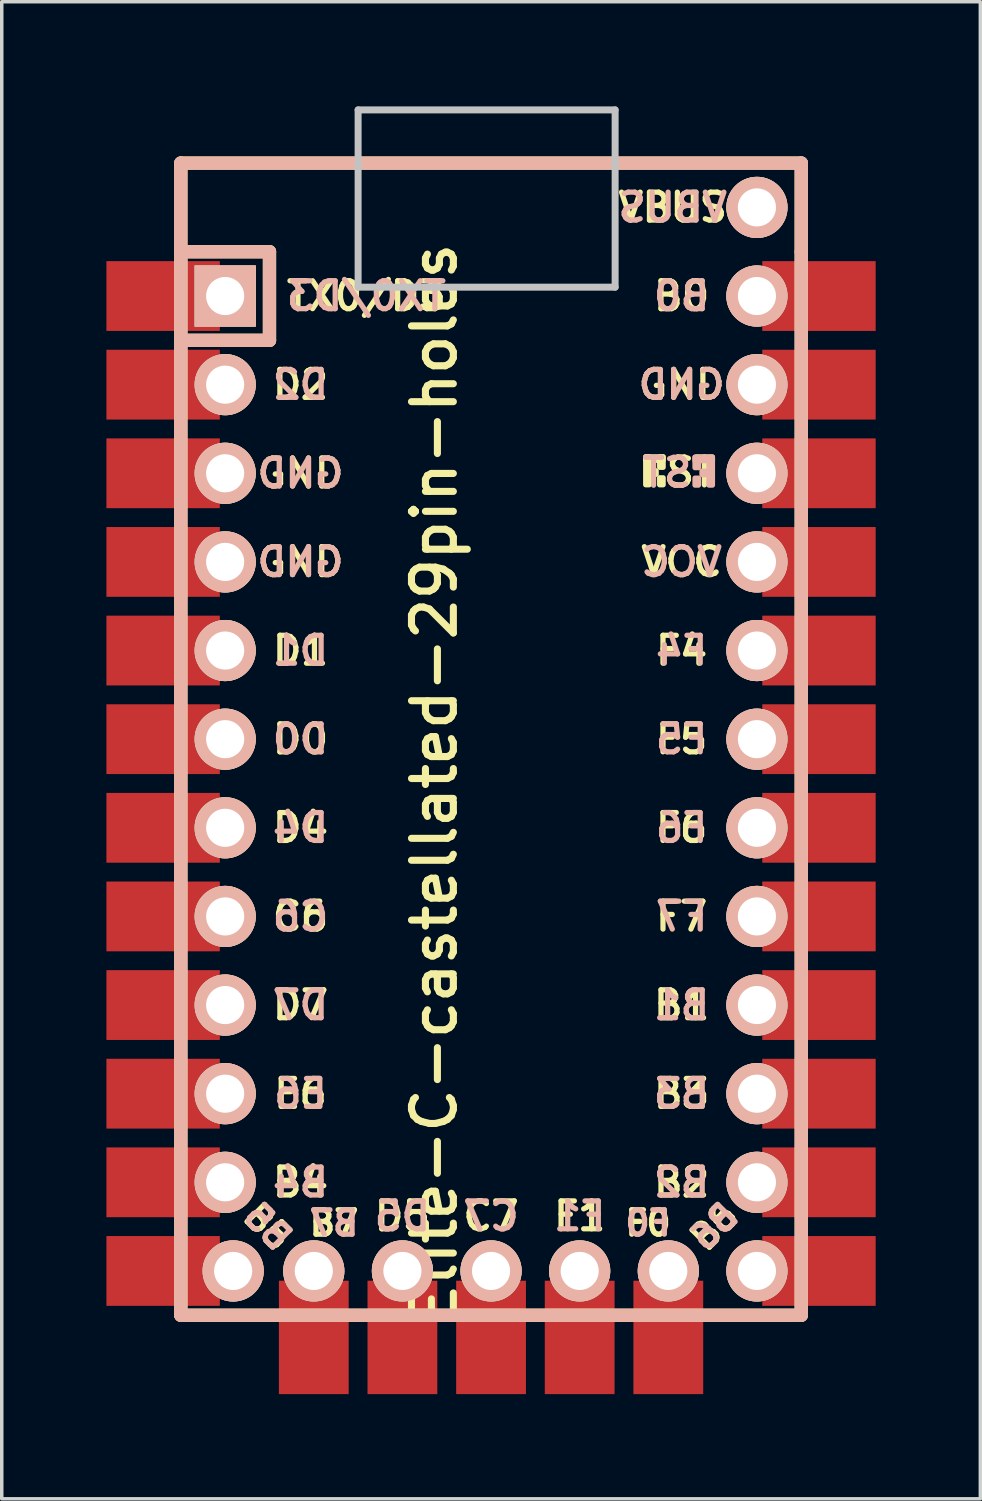
<source format=kicad_pcb>
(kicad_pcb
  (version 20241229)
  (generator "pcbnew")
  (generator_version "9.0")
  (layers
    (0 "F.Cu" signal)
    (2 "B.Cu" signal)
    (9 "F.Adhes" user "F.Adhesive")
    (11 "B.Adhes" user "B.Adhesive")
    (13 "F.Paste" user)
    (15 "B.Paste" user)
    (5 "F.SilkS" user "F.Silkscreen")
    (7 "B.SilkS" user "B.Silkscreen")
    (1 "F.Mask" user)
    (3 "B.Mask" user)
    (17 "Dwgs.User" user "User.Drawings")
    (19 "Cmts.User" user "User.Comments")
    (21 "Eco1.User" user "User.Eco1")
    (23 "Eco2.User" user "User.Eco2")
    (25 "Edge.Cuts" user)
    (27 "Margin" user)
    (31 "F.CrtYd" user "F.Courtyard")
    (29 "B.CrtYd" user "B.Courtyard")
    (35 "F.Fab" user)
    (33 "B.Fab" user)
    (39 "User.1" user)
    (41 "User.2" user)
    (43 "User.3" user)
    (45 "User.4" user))
  (footprint "Elite-C-castellated-29pin-holes"
    (layer "F.Cu")
    (at 11.023 19.404)
    (property "Reference" "Elite-C-castellated-29pin-holes" (at -1.625 0 270) (layer "F.SilkS") (effects (font (size 1.2 1.2) (thickness 0.203))))
    (attr through_hole)
    (fp_line (start -8.89 -17.78) (end -8.89 -15.24) (stroke (width 0.381) (type solid)) (layer "F.SilkS"))
    (fp_line (start -8.89 -15.24) (end -8.89 15.24) (stroke (width 0.381) (type solid)) (layer "F.SilkS"))
    (fp_line (start -8.89 15.24) (end 8.89 15.24) (stroke (width 0.381) (type solid)) (layer "F.SilkS"))
    (fp_line (start -6.35 -15.24) (end -8.89 -15.24) (stroke (width 0.381) (type solid)) (layer "F.SilkS"))
    (fp_line (start -6.35 -15.24) (end -6.35 -12.7) (stroke (width 0.381) (type solid)) (layer "F.SilkS"))
    (fp_line (start -6.35 -12.7) (end -8.89 -12.7) (stroke (width 0.381) (type solid)) (layer "F.SilkS"))
    (fp_line (start 8.89 -17.78) (end -8.89 -17.78) (stroke (width 0.381) (type solid)) (layer "F.SilkS"))
    (fp_line (start 8.89 -15.24) (end 8.89 -17.78) (stroke (width 0.381) (type solid)) (layer "F.SilkS"))
    (fp_line (start 8.89 15.24) (end 8.89 -15.24) (stroke (width 0.381) (type solid)) (layer "F.SilkS"))
    (fp_poly (pts (xy 4.532 -9.361) (xy 4.532 -8.561) (xy 4.432 -8.561) (xy 4.432 -9.361)) (stroke (width 0.15) (type solid)) (fill yes) (layer "F.SilkS"))
    (fp_poly (pts (xy 4.732 -8.961) (xy 4.732 -8.861) (xy 4.632 -8.861) (xy 4.632 -8.961)) (stroke (width 0.15) (type solid)) (fill yes) (layer "F.SilkS"))
    (fp_poly (pts (xy 4.932 -9.361) (xy 4.932 -9.261) (xy 4.432 -9.261) (xy 4.432 -9.361)) (stroke (width 0.15) (type solid)) (fill yes) (layer "F.SilkS"))
    (fp_poly (pts (xy 4.932 -9.361) (xy 4.932 -9.061) (xy 4.832 -9.061) (xy 4.832 -9.361)) (stroke (width 0.15) (type solid)) (fill yes) (layer "F.SilkS"))
    (fp_poly (pts (xy 4.932 -8.761) (xy 4.932 -8.561) (xy 4.832 -8.561) (xy 4.832 -8.761)) (stroke (width 0.15) (type solid)) (fill yes) (layer "F.SilkS"))
    (fp_line (start -8.89 -17.78) (end -8.89 15.24) (stroke (width 0.381) (type solid)) (layer "B.SilkS"))
    (fp_line (start -8.89 15.24) (end 8.89 15.24) (stroke (width 0.381) (type solid)) (layer "B.SilkS"))
    (fp_line (start -6.35 -15.24) (end -8.89 -15.24) (stroke (width 0.381) (type solid)) (layer "B.SilkS"))
    (fp_line (start -6.35 -15.24) (end -6.35 -12.7) (stroke (width 0.381) (type solid)) (layer "B.SilkS"))
    (fp_line (start -6.35 -12.7) (end -8.89 -12.7) (stroke (width 0.381) (type solid)) (layer "B.SilkS"))
    (fp_line (start 8.89 -17.78) (end -8.89 -17.78) (stroke (width 0.381) (type solid)) (layer "B.SilkS"))
    (fp_line (start 8.89 15.24) (end 8.89 -17.78) (stroke (width 0.381) (type solid)) (layer "B.SilkS"))
    (fp_poly (pts (xy 5.845 -9.351) (xy 5.845 -9.251) (xy 6.345 -9.251) (xy 6.345 -9.351)) (stroke (width 0.15) (type solid)) (fill yes) (layer "B.SilkS"))
    (fp_poly (pts (xy 5.845 -9.351) (xy 5.845 -9.051) (xy 5.945 -9.051) (xy 5.945 -9.351)) (stroke (width 0.15) (type solid)) (fill yes) (layer "B.SilkS"))
    (fp_poly (pts (xy 5.845 -8.751) (xy 5.845 -8.551) (xy 5.945 -8.551) (xy 5.945 -8.751)) (stroke (width 0.15) (type solid)) (fill yes) (layer "B.SilkS"))
    (fp_poly (pts (xy 6.045 -8.951) (xy 6.045 -8.851) (xy 6.145 -8.851) (xy 6.145 -8.951)) (stroke (width 0.15) (type solid)) (fill yes) (layer "B.SilkS"))
    (fp_poly (pts (xy 6.245 -9.351) (xy 6.245 -8.551) (xy 6.345 -8.551) (xy 6.345 -9.351)) (stroke (width 0.15) (type solid)) (fill yes) (layer "B.SilkS"))
    (fp_line (start -3.81 -19.304) (end 3.556 -19.304) (stroke (width 0.2) (type solid)) (layer "Dwgs.User"))
    (fp_line (start -3.81 -14.224) (end -3.81 -19.304) (stroke (width 0.2) (type solid)) (layer "Dwgs.User"))
    (fp_line (start 3.556 -19.304) (end 3.556 -14.224) (stroke (width 0.2) (type solid)) (layer "Dwgs.User"))
    (fp_line (start 3.556 -14.224) (end -3.81 -14.224) (stroke (width 0.2) (type solid)) (layer "Dwgs.User"))
    (fp_text user "VBUS" (at 5.207 -16.51 0) (layer "F.SilkS") (effects (font (size 0.8 0.8) (thickness 0.15))))
    (fp_text user "D1" (at -5.461 -3.81 0) (layer "F.SilkS") (effects (font (size 0.8 0.8) (thickness 0.15))))
    (fp_text user "TX0/D3" (at -3.572 -13.97 0) (layer "F.SilkS") (effects (font (size 0.8 0.8) (thickness 0.15))))
    (fp_text user "GND" (at -5.461 -8.89 0) (layer "F.SilkS") (effects (font (size 0.8 0.8) (thickness 0.15))))
    (fp_text user "C6" (at -5.461 3.81 0) (layer "F.SilkS") (effects (font (size 0.8 0.8) (thickness 0.15))))
    (fp_text user "F7" (at 5.461 3.81 0) (layer "F.SilkS") (effects (font (size 0.8 0.8) (thickness 0.15))))
    (fp_text user "B3" (at 5.461 8.89 0) (layer "F.SilkS") (effects (font (size 0.8 0.8) (thickness 0.15))))
    (fp_text user "D7" (at -5.461 6.35 0) (layer "F.SilkS") (effects (font (size 0.8 0.8) (thickness 0.15))))
    (fp_text user "B2" (at 5.461 11.43 0) (layer "F.SilkS") (effects (font (size 0.8 0.8) (thickness 0.15))))
    (fp_text user "C7" (at 0 12.4 0) (layer "F.SilkS") (effects (font (size 0.8 0.8) (thickness 0.15))))
    (fp_text user "B7" (at -4.5 12.6 0) (layer "F.SilkS") (effects (font (size 0.7 0.7) (thickness 0.15))))
    (fp_text user "B0" (at 5.461 -13.97 0) (layer "F.SilkS") (effects (font (size 0.8 0.8) (thickness 0.15))))
    (fp_text user "B1" (at 5.461 6.35 0) (layer "F.SilkS") (effects (font (size 0.8 0.8) (thickness 0.15))))
    (fp_text user "F0" (at 4.5 12.6 0) (layer "F.SilkS") (effects (font (size 0.7 0.7) (thickness 0.15))))
    (fp_text user "D4" (at -5.461 1.27 0) (layer "F.SilkS") (effects (font (size 0.8 0.8) (thickness 0.15))))
    (fp_text user "F5" (at 5.461 -1.27 0) (layer "F.SilkS") (effects (font (size 0.8 0.8) (thickness 0.15))))
    (fp_text user "VCC" (at 5.461 -6.35 0) (layer "F.SilkS") (effects (font (size 0.8 0.8) (thickness 0.15))))
    (fp_text user "B5" (at -6.4 12.7 315) (layer "F.SilkS") (effects (font (size 0.7 0.7) (thickness 0.15))))
    (fp_text user "GND" (at -5.461 -6.35 0) (layer "F.SilkS") (effects (font (size 0.8 0.8) (thickness 0.15))))
    (fp_text user "B6" (at 6.4 12.7 45) (unlocked yes) (layer "F.SilkS") (effects (font (size 0.7 0.7) (thickness 0.15))))
    (fp_text user "F4" (at 5.461 -3.81 0) (layer "F.SilkS") (effects (font (size 0.8 0.8) (thickness 0.15))))
    (fp_text user "E6" (at -5.461 8.89 0) (layer "F.SilkS") (effects (font (size 0.8 0.8) (thickness 0.15))))
    (fp_text user "D2" (at -5.461 -11.43 0) (layer "F.SilkS") (effects (font (size 0.8 0.8) (thickness 0.15))))
    (fp_text user "GND" (at 5.461 -11.43 0) (layer "F.SilkS") (effects (font (size 0.8 0.8) (thickness 0.15))))
    (fp_text user "D5" (at -2.54 12.4 0) (layer "F.SilkS") (effects (font (size 0.8 0.8) (thickness 0.15))))
    (fp_text user "D0" (at -5.461 -1.27 0) (layer "F.SilkS") (effects (font (size 0.8 0.8) (thickness 0.15))))
    (fp_text user "F6" (at 5.461 1.27 0) (layer "F.SilkS") (effects (font (size 0.8 0.8) (thickness 0.15))))
    (fp_text user "B4" (at -5.461 11.43 0) (layer "F.SilkS") (effects (font (size 0.8 0.8) (thickness 0.15))))
    (fp_text user "ST" (at 5.733 -8.92 0) (layer "F.SilkS") (effects (font (size 0.8 0.8) (thickness 0.15))))
    (fp_text user "F1" (at 2.54 12.4 0) (layer "F.SilkS") (effects (font (size 0.8 0.8) (thickness 0.15))))
    (fp_text user "F6" (at 5.461 1.27 0) (layer "B.SilkS") (effects (font (size 0.8 0.8) (thickness 0.15)) (justify mirror)))
    (fp_text user "D4" (at -5.461 1.27 0) (layer "B.SilkS") (effects (font (size 0.8 0.8) (thickness 0.15)) (justify mirror)))
    (fp_text user "B2" (at 5.461 11.43 0) (layer "B.SilkS") (effects (font (size 0.8 0.8) (thickness 0.15)) (justify mirror)))
    (fp_text user "E6" (at -5.461 8.89 0) (layer "B.SilkS") (effects (font (size 0.8 0.8) (thickness 0.15)) (justify mirror)))
    (fp_text user "GND" (at 5.461 -11.43 0) (layer "B.SilkS") (effects (font (size 0.8 0.8) (thickness 0.15)) (justify mirror)))
    (fp_text user "D5" (at -2.54 12.4 0) (layer "B.SilkS") (effects (font (size 0.8 0.8) (thickness 0.15)) (justify mirror)))
    (fp_text user "GND" (at -5.461 -8.89 0) (layer "B.SilkS") (effects (font (size 0.8 0.8) (thickness 0.15)) (justify mirror)))
    (fp_text user "ST" (at 5.04 -8.91 0) (layer "B.SilkS") (effects (font (size 0.8 0.8) (thickness 0.15)) (justify mirror)))
    (fp_text user "F7" (at 5.461 3.81 0) (layer "B.SilkS") (effects (font (size 0.8 0.8) (thickness 0.15)) (justify mirror)))
    (fp_text user "C7" (at 0 12.4 0) (layer "B.SilkS") (effects (font (size 0.8 0.8) (thickness 0.15)) (justify mirror)))
    (fp_text user "B3" (at 5.461 8.89 0) (layer "B.SilkS") (effects (font (size 0.8 0.8) (thickness 0.15)) (justify mirror)))
    (fp_text user "B1" (at 5.461 6.35 0) (layer "B.SilkS") (effects (font (size 0.8 0.8) (thickness 0.15)) (justify mirror)))
    (fp_text user "B6" (at 6.4 12.7 45) (unlocked yes) (layer "B.SilkS") (effects (font (size 0.7 0.7) (thickness 0.15)) (justify mirror)))
    (fp_text user "F1" (at 2.54 12.4 0) (layer "B.SilkS") (effects (font (size 0.8 0.8) (thickness 0.15)) (justify mirror)))
    (fp_text user "B0" (at 5.461 -13.97 0) (layer "B.SilkS") (effects (font (size 0.8 0.8) (thickness 0.15)) (justify mirror)))
    (fp_text user "D2" (at -5.461 -11.43 0) (layer "B.SilkS") (effects (font (size 0.8 0.8) (thickness 0.15)) (justify mirror)))
    (fp_text user "F0" (at 4.5 12.6 0) (layer "B.SilkS") (effects (font (size 0.7 0.7) (thickness 0.15)) (justify mirror)))
    (fp_text user "VCC" (at 5.461 -6.35 0) (layer "B.SilkS") (effects (font (size 0.8 0.8) (thickness 0.15)) (justify mirror)))
    (fp_text user "D7" (at -5.461 6.35 0) (layer "B.SilkS") (effects (font (size 0.8 0.8) (thickness 0.15)) (justify mirror)))
    (fp_text user "GND" (at -5.461 -6.35 0) (layer "B.SilkS") (effects (font (size 0.8 0.8) (thickness 0.15)) (justify mirror)))
    (fp_text user "F5" (at 5.461 -1.27 0) (layer "B.SilkS") (effects (font (size 0.8 0.8) (thickness 0.15)) (justify mirror)))
    (fp_text user "B7" (at -4.5 12.6 0) (layer "B.SilkS") (effects (font (size 0.7 0.7) (thickness 0.15)) (justify mirror)))
    (fp_text user "TX0/D3" (at -3.572 -13.97 0) (layer "B.SilkS") (effects (font (size 0.8 0.8) (thickness 0.15)) (justify mirror)))
    (fp_text user "VBUS" (at 5.207 -16.51 0) (layer "B.SilkS") (effects (font (size 0.8 0.8) (thickness 0.15)) (justify mirror)))
    (fp_text user "B4" (at -5.461 11.43 0) (layer "B.SilkS") (effects (font (size 0.8 0.8) (thickness 0.15)) (justify mirror)))
    (fp_text user "F4" (at 5.461 -3.81 0) (layer "B.SilkS") (effects (font (size 0.8 0.8) (thickness 0.15)) (justify mirror)))
    (fp_text user "D0" (at -5.461 -1.27 0) (layer "B.SilkS") (effects (font (size 0.8 0.8) (thickness 0.15)) (justify mirror)))
    (fp_text user "B5" (at -6.4 12.7 315) (layer "B.SilkS") (effects (font (size 0.7 0.7) (thickness 0.15)) (justify mirror)))
    (fp_text user "C6" (at -5.461 3.81 0) (layer "B.SilkS") (effects (font (size 0.8 0.8) (thickness 0.15)) (justify mirror)))
    (fp_text user "D1" (at -5.461 -3.81 0) (layer "B.SilkS") (effects (font (size 0.8 0.8) (thickness 0.15)) (justify mirror)))
    (pad "1" smd rect (at -9.398 -13.97 270) (size 2 3.25) (layers "F.Cu" "F.Mask" "F.Paste"))
    (pad "1" thru_hole rect (at -7.62 -13.97 270) (size 1.753 1.753) (drill 1.092) (layers "*.Cu" "*.SilkS" "*.Mask"))
    (pad "2" smd rect (at -9.398 -11.43 270) (size 2 3.25) (layers "F.Cu" "F.Mask" "F.Paste"))
    (pad "2" thru_hole circle (at -7.62 -11.43 270) (size 1.753 1.753) (drill 1.092) (layers "*.Cu" "*.SilkS" "*.Mask"))
    (pad "3" smd rect (at -9.398 -8.89 270) (size 2 3.25) (layers "F.Cu" "F.Mask" "F.Paste"))
    (pad "3" thru_hole circle (at -7.62 -8.89 270) (size 1.753 1.753) (drill 1.092) (layers "*.Cu" "*.SilkS" "*.Mask"))
    (pad "4" smd rect (at -9.398 -6.35 270) (size 2 3.25) (layers "F.Cu" "F.Mask" "F.Paste"))
    (pad "4" thru_hole circle (at -7.62 -6.35 270) (size 1.753 1.753) (drill 1.092) (layers "*.Cu" "*.SilkS" "*.Mask"))
    (pad "5" smd rect (at -9.398 -3.81 270) (size 2 3.25) (layers "F.Cu" "F.Mask" "F.Paste"))
    (pad "5" thru_hole circle (at -7.62 -3.81 270) (size 1.753 1.753) (drill 1.092) (layers "*.Cu" "*.SilkS" "*.Mask"))
    (pad "6" smd rect (at -9.398 -1.27 270) (size 2 3.25) (layers "F.Cu" "F.Mask" "F.Paste"))
    (pad "6" thru_hole circle (at -7.62 -1.27 270) (size 1.753 1.753) (drill 1.092) (layers "*.Cu" "*.SilkS" "*.Mask"))
    (pad "7" smd rect (at -9.398 1.27 270) (size 2 3.25) (layers "F.Cu" "F.Mask" "F.Paste"))
    (pad "7" thru_hole circle (at -7.62 1.27 270) (size 1.753 1.753) (drill 1.092) (layers "*.Cu" "*.SilkS" "*.Mask"))
    (pad "8" smd rect (at -9.398 3.81 270) (size 2 3.25) (layers "F.Cu" "F.Mask" "F.Paste"))
    (pad "8" thru_hole circle (at -7.62 3.81 270) (size 1.753 1.753) (drill 1.092) (layers "*.Cu" "*.SilkS" "*.Mask"))
    (pad "9" smd rect (at -9.398 6.35 270) (size 2 3.25) (layers "F.Cu" "F.Mask" "F.Paste"))
    (pad "9" thru_hole circle (at -7.62 6.35 270) (size 1.753 1.753) (drill 1.092) (layers "*.Cu" "*.SilkS" "*.Mask"))
    (pad "10" smd rect (at -9.398 8.89 270) (size 2 3.25) (layers "F.Cu" "F.Mask" "F.Paste"))
    (pad "10" thru_hole circle (at -7.62 8.89 270) (size 1.753 1.753) (drill 1.092) (layers "*.Cu" "*.SilkS" "*.Mask"))
    (pad "11" smd rect (at -9.398 11.43 270) (size 2 3.25) (layers "F.Cu" "F.Mask" "F.Paste"))
    (pad "11" thru_hole circle (at -7.62 11.43 270) (size 1.753 1.753) (drill 1.092) (layers "*.Cu" "*.SilkS" "*.Mask"))
    (pad "12" smd rect (at -9.398 13.97 270) (size 2 3.25) (layers "F.Cu" "F.Mask" "F.Paste"))
    (pad "12" thru_hole circle (at -7.391 13.97 270) (size 1.753 1.753) (drill 1.092) (layers "*.Cu" "*.SilkS" "*.Mask"))
    (pad "13" thru_hole circle (at 7.62 13.97 270) (size 1.753 1.753) (drill 1.092) (layers "*.Cu" "*.SilkS" "*.Mask"))
    (pad "13" smd rect (at 9.398 13.97 270) (size 2 3.25) (layers "F.Cu" "F.Mask" "F.Paste"))
    (pad "14" thru_hole circle (at 7.62 11.43 270) (size 1.753 1.753) (drill 1.092) (layers "*.Cu" "*.SilkS" "*.Mask"))
    (pad "14" smd rect (at 9.398 11.43 270) (size 2 3.25) (layers "F.Cu" "F.Mask" "F.Paste"))
    (pad "15" thru_hole circle (at 7.62 8.89 270) (size 1.753 1.753) (drill 1.092) (layers "*.Cu" "*.SilkS" "*.Mask"))
    (pad "15" smd rect (at 9.398 8.89 270) (size 2 3.25) (layers "F.Cu" "F.Mask" "F.Paste"))
    (pad "16" thru_hole circle (at 7.62 6.35 270) (size 1.753 1.753) (drill 1.092) (layers "*.Cu" "*.SilkS" "*.Mask"))
    (pad "16" smd rect (at 9.398 6.35 270) (size 2 3.25) (layers "F.Cu" "F.Mask" "F.Paste"))
    (pad "17" thru_hole circle (at 7.62 3.81 270) (size 1.753 1.753) (drill 1.092) (layers "*.Cu" "*.SilkS" "*.Mask"))
    (pad "17" smd rect (at 9.398 3.81 270) (size 2 3.25) (layers "F.Cu" "F.Mask" "F.Paste"))
    (pad "18" thru_hole circle (at 7.62 1.27 270) (size 1.753 1.753) (drill 1.092) (layers "*.Cu" "*.SilkS" "*.Mask"))
    (pad "18" smd rect (at 9.398 1.27 270) (size 2 3.25) (layers "F.Cu" "F.Mask" "F.Paste"))
    (pad "19" thru_hole circle (at 7.62 -1.27 270) (size 1.753 1.753) (drill 1.092) (layers "*.Cu" "*.SilkS" "*.Mask"))
    (pad "19" smd rect (at 9.398 -1.27 270) (size 2 3.25) (layers "F.Cu" "F.Mask" "F.Paste"))
    (pad "20" thru_hole circle (at 7.62 -3.81 270) (size 1.753 1.753) (drill 1.092) (layers "*.Cu" "*.SilkS" "*.Mask"))
    (pad "20" smd rect (at 9.398 -3.81 270) (size 2 3.25) (layers "F.Cu" "F.Mask" "F.Paste"))
    (pad "21" thru_hole circle (at 7.62 -6.35 270) (size 1.753 1.753) (drill 1.092) (layers "*.Cu" "*.SilkS" "*.Mask"))
    (pad "21" smd rect (at 9.398 -6.35 270) (size 2 3.25) (layers "F.Cu" "F.Mask" "F.Paste"))
    (pad "22" thru_hole circle (at 7.62 -8.89 270) (size 1.753 1.753) (drill 1.092) (layers "*.Cu" "*.SilkS" "*.Mask"))
    (pad "22" smd rect (at 9.398 -8.89 270) (size 2 3.25) (layers "F.Cu" "F.Mask" "F.Paste"))
    (pad "23" thru_hole circle (at 7.62 -11.43 270) (size 1.753 1.753) (drill 1.092) (layers "*.Cu" "*.SilkS" "*.Mask"))
    (pad "23" smd rect (at 9.398 -11.43 270) (size 2 3.25) (layers "F.Cu" "F.Mask" "F.Paste"))
    (pad "24" thru_hole circle (at 7.62 -13.97 270) (size 1.753 1.753) (drill 1.092) (layers "*.Cu" "*.SilkS" "*.Mask"))
    (pad "24" smd rect (at 9.398 -13.97 270) (size 2 3.25) (layers "F.Cu" "F.Mask" "F.Paste"))
    (pad "25" thru_hole circle (at -5.08 13.97 270) (size 1.753 1.753) (drill 1.092) (layers "*.Cu" "*.SilkS" "*.Mask"))
    (pad "25" smd rect (at -5.08 15.875) (size 2 3.25) (layers "F.Cu" "F.Mask" "F.Paste"))
    (pad "26" thru_hole circle (at -2.54 13.97 270) (size 1.753 1.753) (drill 1.092) (layers "*.Cu" "*.SilkS" "*.Mask"))
    (pad "26" smd rect (at -2.54 15.875) (size 2 3.25) (layers "F.Cu" "F.Mask" "F.Paste"))
    (pad "27" thru_hole circle (at 0 13.97 270) (size 1.753 1.753) (drill 1.092) (layers "*.Cu" "*.SilkS" "*.Mask"))
    (pad "27" smd rect (at 0 15.875) (size 2 3.25) (layers "F.Cu" "F.Mask" "F.Paste"))
    (pad "28" thru_hole circle (at 2.54 13.97 270) (size 1.753 1.753) (drill 1.092) (layers "*.Cu" "*.SilkS" "*.Mask"))
    (pad "28" smd rect (at 2.54 15.875) (size 2 3.25) (layers "F.Cu" "F.Mask" "F.Paste"))
    (pad "29" thru_hole circle (at 5.08 13.97 270) (size 1.753 1.753) (drill 1.092) (layers "*.Cu" "*.SilkS" "*.Mask"))
    (pad "29" smd rect (at 5.08 15.875) (size 2 3.25) (layers "F.Cu" "F.Mask" "F.Paste"))
    (pad "30" thru_hole circle (at 7.62 -16.51 270) (size 1.753 1.753) (drill 1.092) (layers "*.Cu" "*.SilkS" "*.Mask")))
  (gr_rect
    (start -3 -3)
    (end 25.046 39.904)
    (stroke (width 0.1) (type default))
    (fill no)
    (layer "Edge.Cuts")))
</source>
